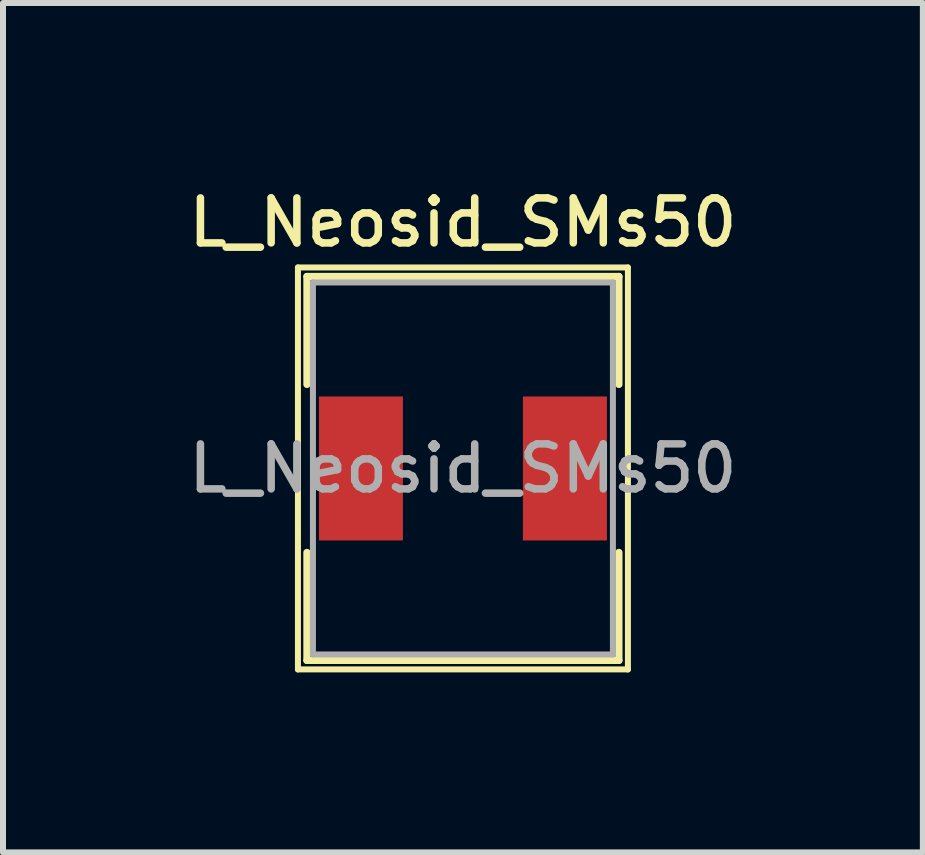
<source format=kicad_pcb>
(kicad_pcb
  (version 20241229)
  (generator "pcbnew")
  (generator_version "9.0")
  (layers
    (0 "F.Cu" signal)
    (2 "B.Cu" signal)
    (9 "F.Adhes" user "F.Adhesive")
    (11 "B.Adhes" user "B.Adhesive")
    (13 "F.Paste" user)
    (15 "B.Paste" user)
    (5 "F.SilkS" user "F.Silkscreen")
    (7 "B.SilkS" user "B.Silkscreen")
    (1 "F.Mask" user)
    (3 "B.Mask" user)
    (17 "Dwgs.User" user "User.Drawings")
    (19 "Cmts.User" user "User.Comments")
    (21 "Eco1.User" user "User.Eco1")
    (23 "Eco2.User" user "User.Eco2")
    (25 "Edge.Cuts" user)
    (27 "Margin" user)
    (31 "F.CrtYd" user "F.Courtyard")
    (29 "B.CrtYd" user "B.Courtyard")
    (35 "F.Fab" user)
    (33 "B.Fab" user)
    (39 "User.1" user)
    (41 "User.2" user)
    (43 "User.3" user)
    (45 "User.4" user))
  (footprint "L_Neosid_SMs50"
    (layer "F.Cu")
    (at 4.666 4.758)
    (property "Reference" "L_Neosid_SMs50" (at 0 -4.1 0) (layer "F.SilkS") (effects (font (size 0.75 0.75) (thickness 0.125))))
    (attr smd)
    (fp_line (start -2.75 -3.35) (end -2.75 3.35) (stroke (width 0.1) (type solid)) (layer "F.SilkS"))
    (fp_line (start -2.75 -3.35) (end 2.75 -3.35) (stroke (width 0.1) (type solid)) (layer "F.SilkS"))
    (fp_line (start -2.6 -3.2) (end 2.6 -3.2) (stroke (width 0.12) (type solid)) (layer "F.SilkS"))
    (fp_line (start -2.6 -1.4) (end -2.6 -3.2) (stroke (width 0.12) (type solid)) (layer "F.SilkS"))
    (fp_line (start -2.6 3.2) (end -2.6 1.4) (stroke (width 0.12) (type solid)) (layer "F.SilkS"))
    (fp_line (start 2.6 -3.2) (end 2.6 -1.4) (stroke (width 0.12) (type solid)) (layer "F.SilkS"))
    (fp_line (start 2.6 1.4) (end 2.6 3.2) (stroke (width 0.12) (type solid)) (layer "F.SilkS"))
    (fp_line (start 2.6 3.2) (end -2.6 3.2) (stroke (width 0.12) (type solid)) (layer "F.SilkS"))
    (fp_line (start 2.75 3.35) (end -2.75 3.35) (stroke (width 0.1) (type solid)) (layer "F.SilkS"))
    (fp_line (start 2.75 3.35) (end 2.75 -3.35) (stroke (width 0.1) (type solid)) (layer "F.SilkS"))
    (fp_line (start -2.5 -3.1) (end 2.5 -3.1) (stroke (width 0.1) (type solid)) (layer "F.Fab"))
    (fp_line (start -2.5 3.1) (end -2.5 -3.1) (stroke (width 0.1) (type solid)) (layer "F.Fab"))
    (fp_line (start 2.5 -3.1) (end 2.5 3.1) (stroke (width 0.1) (type solid)) (layer "F.Fab"))
    (fp_line (start 2.5 3.1) (end -2.5 3.1) (stroke (width 0.1) (type solid)) (layer "F.Fab"))
    (fp_text user "${REFERENCE}" (at 0 0 0) (layer "F.Fab") (effects (font (size 0.75 0.75) (thickness 0.125))))
    (pad "1" smd rect (at -1.7 0) (size 1.4 2.4) (layers "F.Cu" "F.Mask" "F.Paste"))
    (pad "2" smd rect (at 1.7 0) (size 1.4 2.4) (layers "F.Cu" "F.Mask" "F.Paste")))
  (gr_rect
    (start -3 -3)
    (end 12.332 11.158)
    (stroke (width 0.1) (type default))
    (fill no)
    (layer "Edge.Cuts")))
</source>
